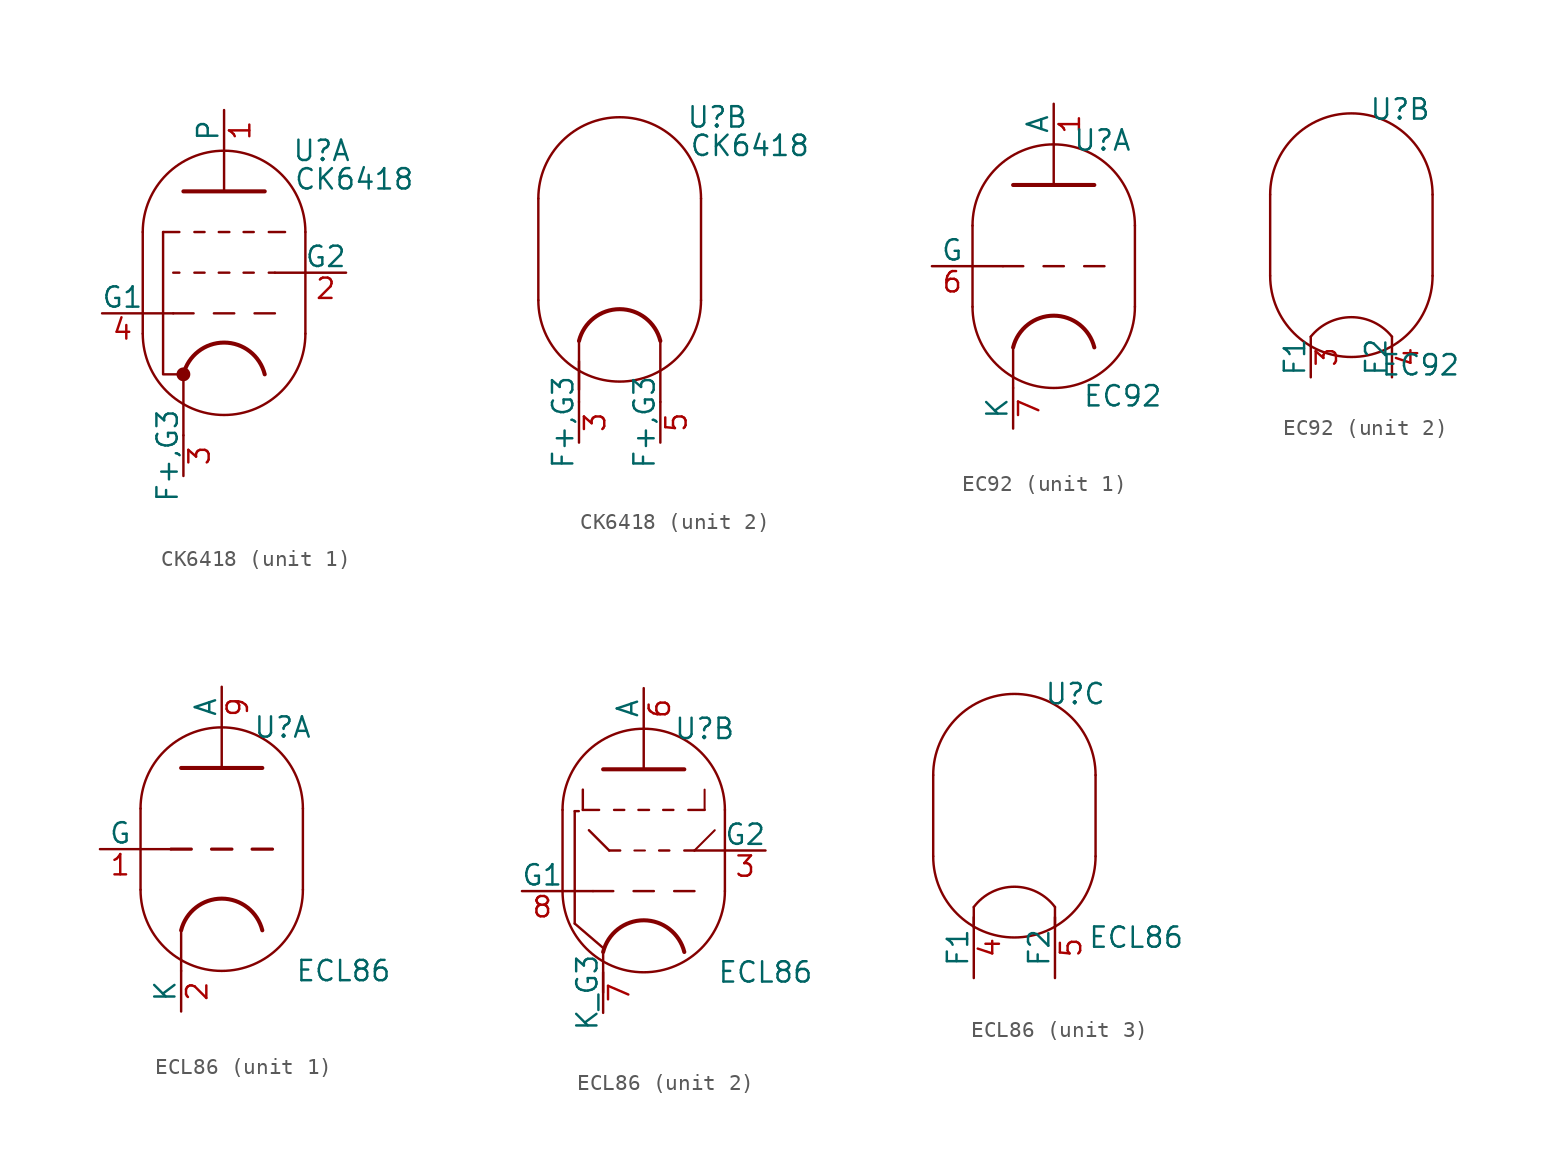
<source format=kicad_sym>
(kicad_symbol_lib
  (version 20211014)
  (generator kicad_symbol_editor)
  (symbol "CK6418"
    (pin_names
      (offset 0))
    (property "Reference" "U"
      (at 6.096 10.16 0)
      (effects (font (size 1.27 1.27))))
    (property "Value" "CK6418"
      (at 8.128 8.382 0)
      (effects (font (size 1.27 1.27))))
    (property "ki_locked" ""
      (at 0 0 0)
      (effects (font (size 1.27 1.27))))
    (symbol "CK6418_0_1"
      (arc (start -5.08 -1.27) (mid 0 -6.35) (end 5.08 -1.27) (stroke (width 0) (type default) (color 0 0 0 0)) (fill (type none)))
      (polyline (pts (xy -2.54 -7.62) (xy -2.54 -3.81)) (stroke (width 0) (type default) (color 0 0 0 0)) (fill (type none)))
      (polyline (pts (xy -5.08 5.08) (xy -5.08 -1.27) (xy -5.08 -1.27)) (stroke (width 0) (type default) (color 0 0 0 0)) (fill (type none)))
      (polyline (pts (xy 5.08 -1.27) (xy 5.08 5.08) (xy 5.08 5.08)) (stroke (width 0) (type default) (color 0 0 0 0)) (fill (type none)))
      (arc (start 2.54 -3.81) (mid 0 -1.8268) (end -2.54 -3.81) (stroke (width 0.254) (type default) (color 0 0 0 0)) (fill (type none)))
      (arc (start 5.08 5.08) (mid 0 10.16) (end -5.08 5.08) (stroke (width 0) (type default) (color 0 0 0 0)) (fill (type none)))
      (pin power_in line (at -2.54 -10.16 90) (length 2.54) (name "F+,G3" (effects (font (size 1.27 1.27)))) (number "3" (effects (font (size 1.27 1.27))))))
    (symbol "CK6418_1_0"
      (polyline (pts (xy -5.08 0) (xy -3.175 0)) (stroke (width 0) (type default) (color 0 0 0 0)) (fill (type none)))
      (polyline (pts (xy -0.635 0) (xy 0.635 0)) (stroke (width 0.152) (type default) (color 0 0 0 0)) (fill (type none)))
      (polyline (pts (xy 0 7.62) (xy 0 10.16)) (stroke (width 0) (type default) (color 0 0 0 0)) (fill (type none)))
      (polyline (pts (xy 1.905 0) (xy 3.175 0)) (stroke (width 0.152) (type default) (color 0 0 0 0)) (fill (type none)))
      (polyline (pts (xy 3.175 2.54) (xy 5.08 2.54)) (stroke (width 0) (type default) (color 0 0 0 0)) (fill (type none))))
    (symbol "CK6418_1_1"
      (circle (center -2.54 -3.81) (radius 0.356) (stroke (width 0) (type default) (color 0 0 0 0)) (fill (type outline)))
      (polyline (pts (xy -3.81 5.08) (xy -2.794 5.08)) (stroke (width 0.152) (type default) (color 0 0 0 0)) (fill (type none)))
      (polyline (pts (xy -3.175 2.54) (xy -2.794 2.54)) (stroke (width 0.152) (type default) (color 0 0 0 0)) (fill (type none)))
      (polyline (pts (xy -1.905 0) (xy -3.175 0)) (stroke (width 0.152) (type default) (color 0 0 0 0)) (fill (type none)))
      (polyline (pts (xy -1.854 2.54) (xy -1.219 2.54)) (stroke (width 0.152) (type default) (color 0 0 0 0)) (fill (type none)))
      (polyline (pts (xy -1.854 5.08) (xy -1.219 5.08)) (stroke (width 0.152) (type default) (color 0 0 0 0)) (fill (type none)))
      (polyline (pts (xy -0.33 2.54) (xy 0.33 2.54)) (stroke (width 0.152) (type default) (color 0 0 0 0)) (fill (type none)))
      (polyline (pts (xy -0.33 5.08) (xy 0.33 5.08)) (stroke (width 0.152) (type default) (color 0 0 0 0)) (fill (type none)))
      (polyline (pts (xy 1.219 2.54) (xy 1.854 2.54)) (stroke (width 0.152) (type default) (color 0 0 0 0)) (fill (type none)))
      (polyline (pts (xy 1.219 5.08) (xy 1.854 5.08)) (stroke (width 0.152) (type default) (color 0 0 0 0)) (fill (type none)))
      (polyline (pts (xy 2.794 2.54) (xy 3.175 2.54)) (stroke (width 0.152) (type default) (color 0 0 0 0)) (fill (type none)))
      (polyline (pts (xy 3.81 5.08) (xy 2.794 5.08)) (stroke (width 0.152) (type default) (color 0 0 0 0)) (fill (type none)))
      (polyline (pts (xy -3.81 5.08) (xy -3.81 -3.81) (xy -2.54 -3.81)) (stroke (width 0) (type default) (color 0 0 0 0)) (fill (type none)))
      (polyline (pts (xy -2.54 7.62) (xy 2.54 7.62) (xy 2.54 7.62)) (stroke (width 0.254) (type default) (color 0 0 0 0)) (fill (type none)))
      (pin output line (at 0 12.7 270) (length 2.54) (name "P" (effects (font (size 1.27 1.27)))) (number "1" (effects (font (size 1.27 1.27)))))
      (pin input line (at 7.62 2.54 180) (length 2.54) (name "G2" (effects (font (size 1.27 1.27)))) (number "2" (effects (font (size 1.27 1.27)))))
      (pin input line (at -7.62 0 0) (length 2.54) (name "G1" (effects (font (size 1.27 1.27)))) (number "4" (effects (font (size 1.27 1.27))))))
    (symbol "CK6418_2_1"
      (polyline (pts (xy 2.54 -7.62) (xy 2.54 -3.81)) (stroke (width 0) (type default) (color 0 0 0 0)) (fill (type none)))
      (polyline (pts (xy -2.54 -6.858) (xy -2.54 -5.08) (xy -2.54 -5.08)) (stroke (width 0) (type default) (color 0 0 0 0)) (fill (type none)))
      (pin power_in line (at 2.54 -10.16 90) (length 2.54) (name "F+,G3" (effects (font (size 1.27 1.27)))) (number "5" (effects (font (size 1.27 1.27)))))))
  (symbol "EC92"
    (pin_names
      (offset 0))
    (property "Reference" "U"
      (at 3.048 7.874 0)
      (effects (font (size 1.27 1.27))))
    (property "Value" "EC92"
      (at 4.318 -8.128 0)
      (effects (font (size 1.27 1.27))))
    (property "ki_locked" ""
      (at 0 0 0)
      (effects (font (size 1.27 1.27))))
    (symbol "EC92_0_1"
      (arc (start -5.08 -2.54) (mid 0 -7.62) (end 5.08 -2.54) (stroke (width 0) (type default) (color 0 0 0 0)) (fill (type none)))
      (polyline (pts (xy 5.08 2.54) (xy 5.08 -2.54)) (stroke (width 0) (type default) (color 0 0 0 0)) (fill (type none)))
      (polyline (pts (xy -5.08 2.54) (xy -5.08 -2.54) (xy -5.08 -2.54)) (stroke (width 0) (type default) (color 0 0 0 0)) (fill (type none)))
      (arc (start 5.08 2.54) (mid 0 7.62) (end -5.08 2.54) (stroke (width 0) (type default) (color 0 0 0 0)) (fill (type none))))
    (symbol "EC92_1_0"
      (polyline (pts (xy -2.54 -5.08) (xy -2.54 -7.62)) (stroke (width 0) (type default) (color 0 0 0 0)) (fill (type none)))
      (polyline (pts (xy -1.905 0) (xy -3.175 0)) (stroke (width 0.152) (type default) (color 0 0 0 0)) (fill (type none)))
      (polyline (pts (xy -0.635 0) (xy 0.635 0)) (stroke (width 0.152) (type default) (color 0 0 0 0)) (fill (type none)))
      (polyline (pts (xy 0 5.08) (xy 0 7.62)) (stroke (width 0) (type default) (color 0 0 0 0)) (fill (type none)))
      (polyline (pts (xy 1.905 0) (xy 3.175 0)) (stroke (width 0.152) (type default) (color 0 0 0 0)) (fill (type none))))
    (symbol "EC92_1_1"
      (polyline (pts (xy -5.08 0) (xy -3.175 0)) (stroke (width 0) (type default) (color 0 0 0 0)) (fill (type none)))
      (polyline (pts (xy -2.54 5.08) (xy 2.54 5.08) (xy 2.54 5.08)) (stroke (width 0.254) (type default) (color 0 0 0 0)) (fill (type none)))
      (arc (start 2.54 -5.08) (mid 0 -3.0968) (end -2.54 -5.08) (stroke (width 0.254) (type default) (color 0 0 0 0)) (fill (type none)))
      (pin output line (at 0 10.16 270) (length 2.54) (name "A" (effects (font (size 1.27 1.27)))) (number "1" (effects (font (size 1.27 1.27)))))
      (pin input line (at -7.62 0 0) (length 2.54) (name "G" (effects (font (size 1.27 1.27)))) (number "6" (effects (font (size 1.27 1.27)))))
      (pin bidirectional line (at -2.54 -10.16 90) (length 2.54) (name "K" (effects (font (size 1.27 1.27)))) (number "7" (effects (font (size 1.27 1.27))))))
    (symbol "EC92_2_1"
      (arc (start 2.54 -6.35) (mid 0 -5.1292) (end -2.54 -6.35) (stroke (width 0) (type default) (color 0 0 0 0)) (fill (type none)))
      (pin power_in line (at -2.54 -8.89 90) (length 2.54) (name "F1" (effects (font (size 1.27 1.27)))) (number "3" (effects (font (size 1.27 1.27)))))
      (pin power_in line (at 2.54 -8.89 90) (length 2.54) (name "F2" (effects (font (size 1.27 1.27)))) (number "4" (effects (font (size 1.27 1.27)))))))
  (symbol "ECL86"
    (pin_names
      (offset 0))
    (property "Reference" "U"
      (at 3.81 7.62 0)
      (effects (font (size 1.27 1.27))))
    (property "Value" "ECL86"
      (at 7.62 -7.62 0)
      (effects (font (size 1.27 1.27))))
    (property "ki_locked" ""
      (at 0 0 0)
      (effects (font (size 1.27 1.27))))
    (symbol "ECL86_0_1"
      (arc (start -5.08 -2.54) (mid 0 -7.62) (end 5.08 -2.54) (stroke (width 0) (type default) (color 0 0 0 0)) (fill (type none)))
      (polyline (pts (xy 5.08 2.54) (xy 5.08 -2.54)) (stroke (width 0) (type default) (color 0 0 0 0)) (fill (type none)))
      (polyline (pts (xy -5.08 2.54) (xy -5.08 -2.54) (xy -5.08 -2.54) (xy -5.08 -2.54) (xy -5.08 -2.54)) (stroke (width 0) (type default) (color 0 0 0 0)) (fill (type none)))
      (arc (start 5.08 2.54) (mid 0 7.62) (end -5.08 2.54) (stroke (width 0) (type default) (color 0 0 0 0)) (fill (type none))))
    (symbol "ECL86_1_1"
      (polyline (pts (xy -5.08 0) (xy -3.175 0)) (stroke (width 0) (type default) (color 0 0 0 0)) (fill (type none)))
      (polyline (pts (xy -2.54 -5.08) (xy -2.54 -7.62)) (stroke (width 0) (type default) (color 0 0 0 0)) (fill (type none)))
      (polyline (pts (xy -1.905 0) (xy -3.175 0)) (stroke (width 0.203) (type default) (color 0 0 0 0)) (fill (type none)))
      (polyline (pts (xy -0.635 0) (xy 0.635 0)) (stroke (width 0.203) (type default) (color 0 0 0 0)) (fill (type none)))
      (polyline (pts (xy 0 5.08) (xy 0 7.62)) (stroke (width 0) (type default) (color 0 0 0 0)) (fill (type none)))
      (polyline (pts (xy 1.905 0) (xy 3.175 0)) (stroke (width 0.203) (type default) (color 0 0 0 0)) (fill (type none)))
      (polyline (pts (xy -2.54 5.08) (xy 2.54 5.08) (xy 2.54 5.08)) (stroke (width 0.254) (type default) (color 0 0 0 0)) (fill (type none)))
      (arc (start 2.54 -5.08) (mid 0 -3.0968) (end -2.54 -5.08) (stroke (width 0.254) (type default) (color 0 0 0 0)) (fill (type none)))
      (pin input line (at -7.62 0 0) (length 2.54) (name "G" (effects (font (size 1.27 1.27)))) (number "1" (effects (font (size 1.27 1.27)))))
      (pin bidirectional line (at -2.54 -10.16 90) (length 2.54) (name "K" (effects (font (size 1.27 1.27)))) (number "2" (effects (font (size 1.27 1.27)))))
      (pin output line (at 0 10.16 270) (length 2.54) (name "A" (effects (font (size 1.27 1.27)))) (number "9" (effects (font (size 1.27 1.27))))))
    (symbol "ECL86_2_0"
      (polyline (pts (xy -2.54 -6.35) (xy -2.54 -8.89)) (stroke (width 0) (type default) (color 0 0 0 0)) (fill (type none)))
      (polyline (pts (xy -0.635 -2.54) (xy 0.635 -2.54)) (stroke (width 0.152) (type default) (color 0 0 0 0)) (fill (type none)))
      (polyline (pts (xy 3.175 0) (xy 5.08 0)) (stroke (width 0) (type default) (color 0 0 0 0)) (fill (type none))))
    (symbol "ECL86_2_1"
      (polyline (pts (xy -5.08 -2.54) (xy -3.175 -2.54)) (stroke (width 0) (type default) (color 0 0 0 0)) (fill (type none)))
      (polyline (pts (xy -4.318 -4.572) (xy -4.318 2.464)) (stroke (width 0.152) (type default) (color 0 0 0 0)) (fill (type none)))
      (polyline (pts (xy -4.318 -4.572) (xy -2.54 -6.096)) (stroke (width 0.152) (type default) (color 0 0 0 0)) (fill (type none)))
      (polyline (pts (xy -4.064 2.464) (xy -4.318 2.464)) (stroke (width 0.152) (type default) (color 0 0 0 0)) (fill (type none)))
      (polyline (pts (xy -3.81 2.54) (xy -2.794 2.54)) (stroke (width 0.152) (type default) (color 0 0 0 0)) (fill (type none)))
      (polyline (pts (xy -3.81 3.81) (xy -3.81 2.54)) (stroke (width 0.152) (type default) (color 0 0 0 0)) (fill (type none)))
      (polyline (pts (xy -3.429 1.27) (xy -2.159 0)) (stroke (width 0.152) (type default) (color 0 0 0 0)) (fill (type none)))
      (polyline (pts (xy -2.159 0) (xy -1.473 0)) (stroke (width 0.152) (type default) (color 0 0 0 0)) (fill (type none)))
      (polyline (pts (xy -1.905 -2.54) (xy -3.175 -2.54)) (stroke (width 0.152) (type default) (color 0 0 0 0)) (fill (type none)))
      (polyline (pts (xy -1.854 2.54) (xy -1.219 2.54)) (stroke (width 0.152) (type default) (color 0 0 0 0)) (fill (type none)))
      (polyline (pts (xy -0.584 0) (xy 0.076 0)) (stroke (width 0.127) (type default) (color 0 0 0 0)) (fill (type none)))
      (polyline (pts (xy -0.33 2.54) (xy 0.33 2.54)) (stroke (width 0.152) (type default) (color 0 0 0 0)) (fill (type none)))
      (polyline (pts (xy 0 5.08) (xy 0 7.62)) (stroke (width 0) (type default) (color 0 0 0 0)) (fill (type none)))
      (polyline (pts (xy 0.965 0) (xy 1.6 0)) (stroke (width 0.152) (type default) (color 0 0 0 0)) (fill (type none)))
      (polyline (pts (xy 1.219 2.54) (xy 1.854 2.54)) (stroke (width 0.152) (type default) (color 0 0 0 0)) (fill (type none)))
      (polyline (pts (xy 1.905 -2.54) (xy 3.175 -2.54)) (stroke (width 0.152) (type default) (color 0 0 0 0)) (fill (type none)))
      (polyline (pts (xy 2.54 0) (xy 3.175 0)) (stroke (width 0.152) (type default) (color 0 0 0 0)) (fill (type none)))
      (polyline (pts (xy 3.81 2.54) (xy 2.794 2.54)) (stroke (width 0.152) (type default) (color 0 0 0 0)) (fill (type none)))
      (polyline (pts (xy 3.81 3.81) (xy 3.81 2.54)) (stroke (width 0.127) (type default) (color 0 0 0 0)) (fill (type none)))
      (polyline (pts (xy 4.445 1.27) (xy 3.175 0)) (stroke (width 0.127) (type default) (color 0 0 0 0)) (fill (type none)))
      (polyline (pts (xy -2.54 5.08) (xy 2.54 5.08) (xy 2.54 5.08)) (stroke (width 0.254) (type default) (color 0 0 0 0)) (fill (type none)))
      (arc (start 2.54 -6.35) (mid 0 -4.3668) (end -2.54 -6.35) (stroke (width 0.254) (type default) (color 0 0 0 0)) (fill (type none)))
      (pin input line (at 7.62 0 180) (length 2.54) (name "G2" (effects (font (size 1.27 1.27)))) (number "3" (effects (font (size 1.27 1.27)))))
      (pin output line (at 0 10.16 270) (length 2.54) (name "A" (effects (font (size 1.27 1.27)))) (number "6" (effects (font (size 1.27 1.27)))))
      (pin bidirectional line (at -2.54 -10.16 90) (length 2.54) (name "K_G3" (effects (font (size 1.27 1.27)))) (number "7" (effects (font (size 1.27 1.27)))))
      (pin input line (at -7.62 -2.54 0) (length 2.54) (name "G1" (effects (font (size 1.27 1.27)))) (number "8" (effects (font (size 1.27 1.27))))))
    (symbol "ECL86_3_1"
      (polyline (pts (xy -2.54 -6.985) (xy -2.54 -5.715) (xy -2.54 -5.715)) (stroke (width 0) (type default) (color 0 0 0 0)) (fill (type none)))
      (polyline (pts (xy 2.54 -6.985) (xy 2.54 -5.715) (xy 2.54 -5.715)) (stroke (width 0) (type default) (color 0 0 0 0)) (fill (type none)))
      (arc (start 2.54 -5.715) (mid 0 -4.445) (end -2.54 -5.715) (stroke (width 0) (type default) (color 0 0 0 0)) (fill (type none)))
      (pin power_in line (at -2.54 -10.16 90) (length 3.81) (name "F1" (effects (font (size 1.27 1.27)))) (number "4" (effects (font (size 1.27 1.27)))))
      (pin power_in line (at 2.54 -10.16 90) (length 3.81) (name "F2" (effects (font (size 1.27 1.27)))) (number "5" (effects (font (size 1.27 1.27))))))))
</source>
